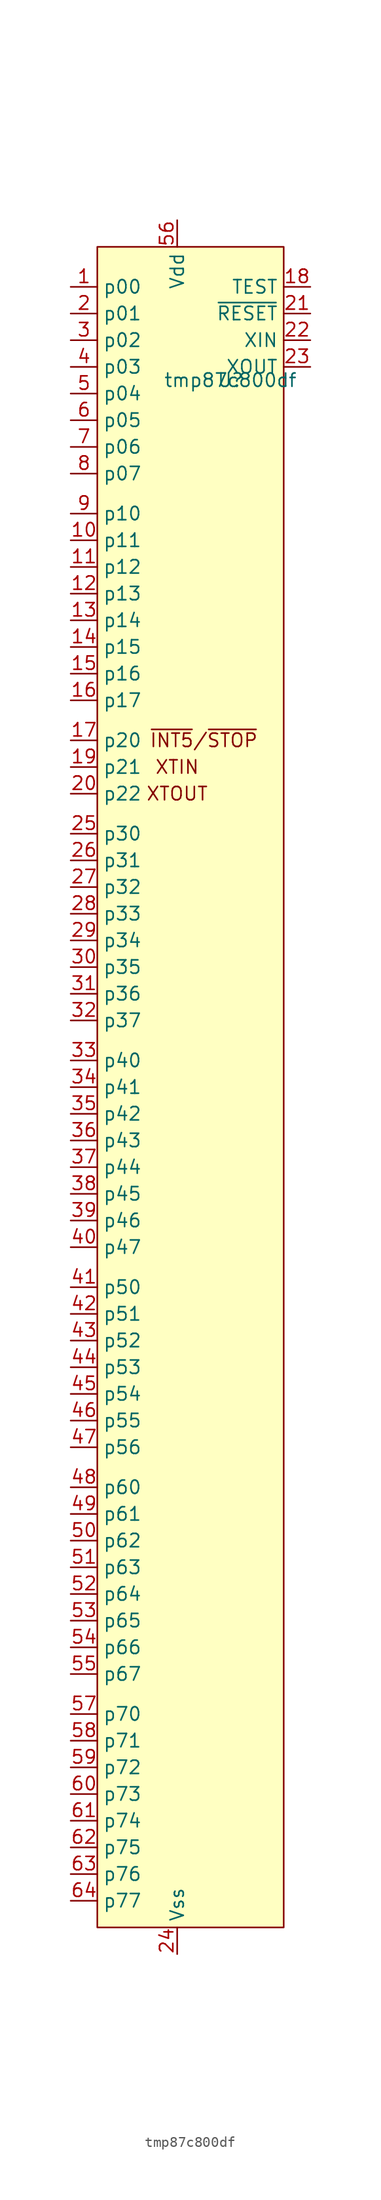
<source format=kicad_sym>
(kicad_symbol_lib
  (version 20211014)
  (generator kicad_symbol_editor)
  (symbol "tmp87c800df"
    (property "Reference" "U"
      (at 0 0 0)
      (effects (font (size 1.27 1.27))))
    (property "Value" "tmp87c800df"
      (at 0 0 0)
      (effects (font (size 1.27 1.27))))
    (symbol "tmp87c800df_0_0"
      (rectangle (start -12.7 12.7) (end 5.08 -147.32) (stroke (width 0) (type default) (color 0 0 0 0)) (fill (type background)))
      (text "XTIN" (at -5.08 -36.83 0) (effects (font (size 1.27 1.27))))
      (text "XTOUT" (at -5.08 -39.37 0) (effects (font (size 1.27 1.27))))
      (text "~{INT5}/~{STOP}" (at -2.54 -34.29 0) (effects (font (size 1.27 1.27)))))
    (symbol "tmp87c800df_1_1"
      (pin input line (at -15.24 8.89 0) (length 2.54) (name "p00" (effects (font (size 1.27 1.27)))) (number "1" (effects (font (size 1.27 1.27)))))
      (pin bidirectional line (at -15.24 -15.24 0) (length 2.54) (name "p11" (effects (font (size 1.27 1.27)))) (number "10" (effects (font (size 1.27 1.27)))))
      (pin bidirectional line (at -15.24 -17.78 0) (length 2.54) (name "p12" (effects (font (size 1.27 1.27)))) (number "11" (effects (font (size 1.27 1.27)))))
      (pin bidirectional line (at -15.24 -20.32 0) (length 2.54) (name "p13" (effects (font (size 1.27 1.27)))) (number "12" (effects (font (size 1.27 1.27)))))
      (pin bidirectional line (at -15.24 -22.86 0) (length 2.54) (name "p14" (effects (font (size 1.27 1.27)))) (number "13" (effects (font (size 1.27 1.27)))))
      (pin bidirectional line (at -15.24 -25.4 0) (length 2.54) (name "p15" (effects (font (size 1.27 1.27)))) (number "14" (effects (font (size 1.27 1.27)))))
      (pin bidirectional line (at -15.24 -27.94 0) (length 2.54) (name "p16" (effects (font (size 1.27 1.27)))) (number "15" (effects (font (size 1.27 1.27)))))
      (pin bidirectional line (at -15.24 -30.48 0) (length 2.54) (name "p17" (effects (font (size 1.27 1.27)))) (number "16" (effects (font (size 1.27 1.27)))))
      (pin input line (at -15.24 -34.29 0) (length 2.54) (name "p20" (effects (font (size 1.27 1.27)))) (number "17" (effects (font (size 1.27 1.27)))))
      (pin bidirectional line (at 7.62 8.89 180) (length 2.54) (name "TEST" (effects (font (size 1.27 1.27)))) (number "18" (effects (font (size 1.27 1.27)))))
      (pin bidirectional line (at -15.24 -36.83 0) (length 2.54) (name "p21" (effects (font (size 1.27 1.27)))) (number "19" (effects (font (size 1.27 1.27)))))
      (pin input line (at -15.24 6.35 0) (length 2.54) (name "p01" (effects (font (size 1.27 1.27)))) (number "2" (effects (font (size 1.27 1.27)))))
      (pin input line (at -15.24 -39.37 0) (length 2.54) (name "p22" (effects (font (size 1.27 1.27)))) (number "20" (effects (font (size 1.27 1.27)))))
      (pin bidirectional line (at 7.62 6.35 180) (length 2.54) (name "~{RESET}" (effects (font (size 1.27 1.27)))) (number "21" (effects (font (size 1.27 1.27)))))
      (pin bidirectional line (at 7.62 3.81 180) (length 2.54) (name "XIN" (effects (font (size 1.27 1.27)))) (number "22" (effects (font (size 1.27 1.27)))))
      (pin bidirectional line (at 7.62 1.27 180) (length 2.54) (name "XOUT" (effects (font (size 1.27 1.27)))) (number "23" (effects (font (size 1.27 1.27)))))
      (pin power_in line (at -5.08 -149.86 90) (length 2.54) (name "Vss" (effects (font (size 1.27 1.27)))) (number "24" (effects (font (size 1.27 1.27)))))
      (pin bidirectional line (at -15.24 -43.18 0) (length 2.54) (name "p30" (effects (font (size 1.27 1.27)))) (number "25" (effects (font (size 1.27 1.27)))))
      (pin bidirectional line (at -15.24 -45.72 0) (length 2.54) (name "p31" (effects (font (size 1.27 1.27)))) (number "26" (effects (font (size 1.27 1.27)))))
      (pin bidirectional line (at -15.24 -48.26 0) (length 2.54) (name "p32" (effects (font (size 1.27 1.27)))) (number "27" (effects (font (size 1.27 1.27)))))
      (pin bidirectional line (at -15.24 -50.8 0) (length 2.54) (name "p33" (effects (font (size 1.27 1.27)))) (number "28" (effects (font (size 1.27 1.27)))))
      (pin bidirectional line (at -15.24 -53.34 0) (length 2.54) (name "p34" (effects (font (size 1.27 1.27)))) (number "29" (effects (font (size 1.27 1.27)))))
      (pin bidirectional line (at -15.24 3.81 0) (length 2.54) (name "p02" (effects (font (size 1.27 1.27)))) (number "3" (effects (font (size 1.27 1.27)))))
      (pin bidirectional line (at -15.24 -55.88 0) (length 2.54) (name "p35" (effects (font (size 1.27 1.27)))) (number "30" (effects (font (size 1.27 1.27)))))
      (pin bidirectional line (at -15.24 -58.42 0) (length 2.54) (name "p36" (effects (font (size 1.27 1.27)))) (number "31" (effects (font (size 1.27 1.27)))))
      (pin bidirectional line (at -15.24 -60.96 0) (length 2.54) (name "p37" (effects (font (size 1.27 1.27)))) (number "32" (effects (font (size 1.27 1.27)))))
      (pin input line (at -15.24 -64.77 0) (length 2.54) (name "p40" (effects (font (size 1.27 1.27)))) (number "33" (effects (font (size 1.27 1.27)))))
      (pin input line (at -15.24 -67.31 0) (length 2.54) (name "p41" (effects (font (size 1.27 1.27)))) (number "34" (effects (font (size 1.27 1.27)))))
      (pin input line (at -15.24 -69.85 0) (length 2.54) (name "p42" (effects (font (size 1.27 1.27)))) (number "35" (effects (font (size 1.27 1.27)))))
      (pin input line (at -15.24 -72.39 0) (length 2.54) (name "p43" (effects (font (size 1.27 1.27)))) (number "36" (effects (font (size 1.27 1.27)))))
      (pin input line (at -15.24 -74.93 0) (length 2.54) (name "p44" (effects (font (size 1.27 1.27)))) (number "37" (effects (font (size 1.27 1.27)))))
      (pin input line (at -15.24 -77.47 0) (length 2.54) (name "p45" (effects (font (size 1.27 1.27)))) (number "38" (effects (font (size 1.27 1.27)))))
      (pin input line (at -15.24 -80.01 0) (length 2.54) (name "p46" (effects (font (size 1.27 1.27)))) (number "39" (effects (font (size 1.27 1.27)))))
      (pin bidirectional line (at -15.24 1.27 0) (length 2.54) (name "p03" (effects (font (size 1.27 1.27)))) (number "4" (effects (font (size 1.27 1.27)))))
      (pin input line (at -15.24 -82.55 0) (length 2.54) (name "p47" (effects (font (size 1.27 1.27)))) (number "40" (effects (font (size 1.27 1.27)))))
      (pin input line (at -15.24 -86.36 0) (length 2.54) (name "p50" (effects (font (size 1.27 1.27)))) (number "41" (effects (font (size 1.27 1.27)))))
      (pin input line (at -15.24 -88.9 0) (length 2.54) (name "p51" (effects (font (size 1.27 1.27)))) (number "42" (effects (font (size 1.27 1.27)))))
      (pin input line (at -15.24 -91.44 0) (length 2.54) (name "p52" (effects (font (size 1.27 1.27)))) (number "43" (effects (font (size 1.27 1.27)))))
      (pin input line (at -15.24 -93.98 0) (length 2.54) (name "p53" (effects (font (size 1.27 1.27)))) (number "44" (effects (font (size 1.27 1.27)))))
      (pin input line (at -15.24 -96.52 0) (length 2.54) (name "p54" (effects (font (size 1.27 1.27)))) (number "45" (effects (font (size 1.27 1.27)))))
      (pin input line (at -15.24 -99.06 0) (length 2.54) (name "p55" (effects (font (size 1.27 1.27)))) (number "46" (effects (font (size 1.27 1.27)))))
      (pin input line (at -15.24 -101.6 0) (length 2.54) (name "p56" (effects (font (size 1.27 1.27)))) (number "47" (effects (font (size 1.27 1.27)))))
      (pin input line (at -15.24 -105.41 0) (length 2.54) (name "p60" (effects (font (size 1.27 1.27)))) (number "48" (effects (font (size 1.27 1.27)))))
      (pin bidirectional line (at -15.24 -107.95 0) (length 2.54) (name "p61" (effects (font (size 1.27 1.27)))) (number "49" (effects (font (size 1.27 1.27)))))
      (pin bidirectional line (at -15.24 -1.27 0) (length 2.54) (name "p04" (effects (font (size 1.27 1.27)))) (number "5" (effects (font (size 1.27 1.27)))))
      (pin bidirectional line (at -15.24 -110.49 0) (length 2.54) (name "p62" (effects (font (size 1.27 1.27)))) (number "50" (effects (font (size 1.27 1.27)))))
      (pin bidirectional line (at -15.24 -113.03 0) (length 2.54) (name "p63" (effects (font (size 1.27 1.27)))) (number "51" (effects (font (size 1.27 1.27)))))
      (pin bidirectional line (at -15.24 -115.57 0) (length 2.54) (name "p64" (effects (font (size 1.27 1.27)))) (number "52" (effects (font (size 1.27 1.27)))))
      (pin bidirectional line (at -15.24 -118.11 0) (length 2.54) (name "p65" (effects (font (size 1.27 1.27)))) (number "53" (effects (font (size 1.27 1.27)))))
      (pin bidirectional line (at -15.24 -120.65 0) (length 2.54) (name "p66" (effects (font (size 1.27 1.27)))) (number "54" (effects (font (size 1.27 1.27)))))
      (pin bidirectional line (at -15.24 -123.19 0) (length 2.54) (name "p67" (effects (font (size 1.27 1.27)))) (number "55" (effects (font (size 1.27 1.27)))))
      (pin power_in line (at -5.08 15.24 270) (length 2.54) (name "Vdd" (effects (font (size 1.27 1.27)))) (number "56" (effects (font (size 1.27 1.27)))))
      (pin bidirectional line (at -15.24 -127 0) (length 2.54) (name "p70" (effects (font (size 1.27 1.27)))) (number "57" (effects (font (size 1.27 1.27)))))
      (pin bidirectional line (at -15.24 -129.54 0) (length 2.54) (name "p71" (effects (font (size 1.27 1.27)))) (number "58" (effects (font (size 1.27 1.27)))))
      (pin bidirectional line (at -15.24 -132.08 0) (length 2.54) (name "p72" (effects (font (size 1.27 1.27)))) (number "59" (effects (font (size 1.27 1.27)))))
      (pin input line (at -15.24 -3.81 0) (length 2.54) (name "p05" (effects (font (size 1.27 1.27)))) (number "6" (effects (font (size 1.27 1.27)))))
      (pin bidirectional line (at -15.24 -134.62 0) (length 2.54) (name "p73" (effects (font (size 1.27 1.27)))) (number "60" (effects (font (size 1.27 1.27)))))
      (pin bidirectional line (at -15.24 -137.16 0) (length 2.54) (name "p74" (effects (font (size 1.27 1.27)))) (number "61" (effects (font (size 1.27 1.27)))))
      (pin bidirectional line (at -15.24 -139.7 0) (length 2.54) (name "p75" (effects (font (size 1.27 1.27)))) (number "62" (effects (font (size 1.27 1.27)))))
      (pin bidirectional line (at -15.24 -142.24 0) (length 2.54) (name "p76" (effects (font (size 1.27 1.27)))) (number "63" (effects (font (size 1.27 1.27)))))
      (pin bidirectional line (at -15.24 -144.78 0) (length 2.54) (name "p77" (effects (font (size 1.27 1.27)))) (number "64" (effects (font (size 1.27 1.27)))))
      (pin output line (at -15.24 -6.35 0) (length 2.54) (name "p06" (effects (font (size 1.27 1.27)))) (number "7" (effects (font (size 1.27 1.27)))))
      (pin input line (at -15.24 -8.89 0) (length 2.54) (name "p07" (effects (font (size 1.27 1.27)))) (number "8" (effects (font (size 1.27 1.27)))))
      (pin bidirectional line (at -15.24 -12.7 0) (length 2.54) (name "p10" (effects (font (size 1.27 1.27)))) (number "9" (effects (font (size 1.27 1.27))))))))
</source>
